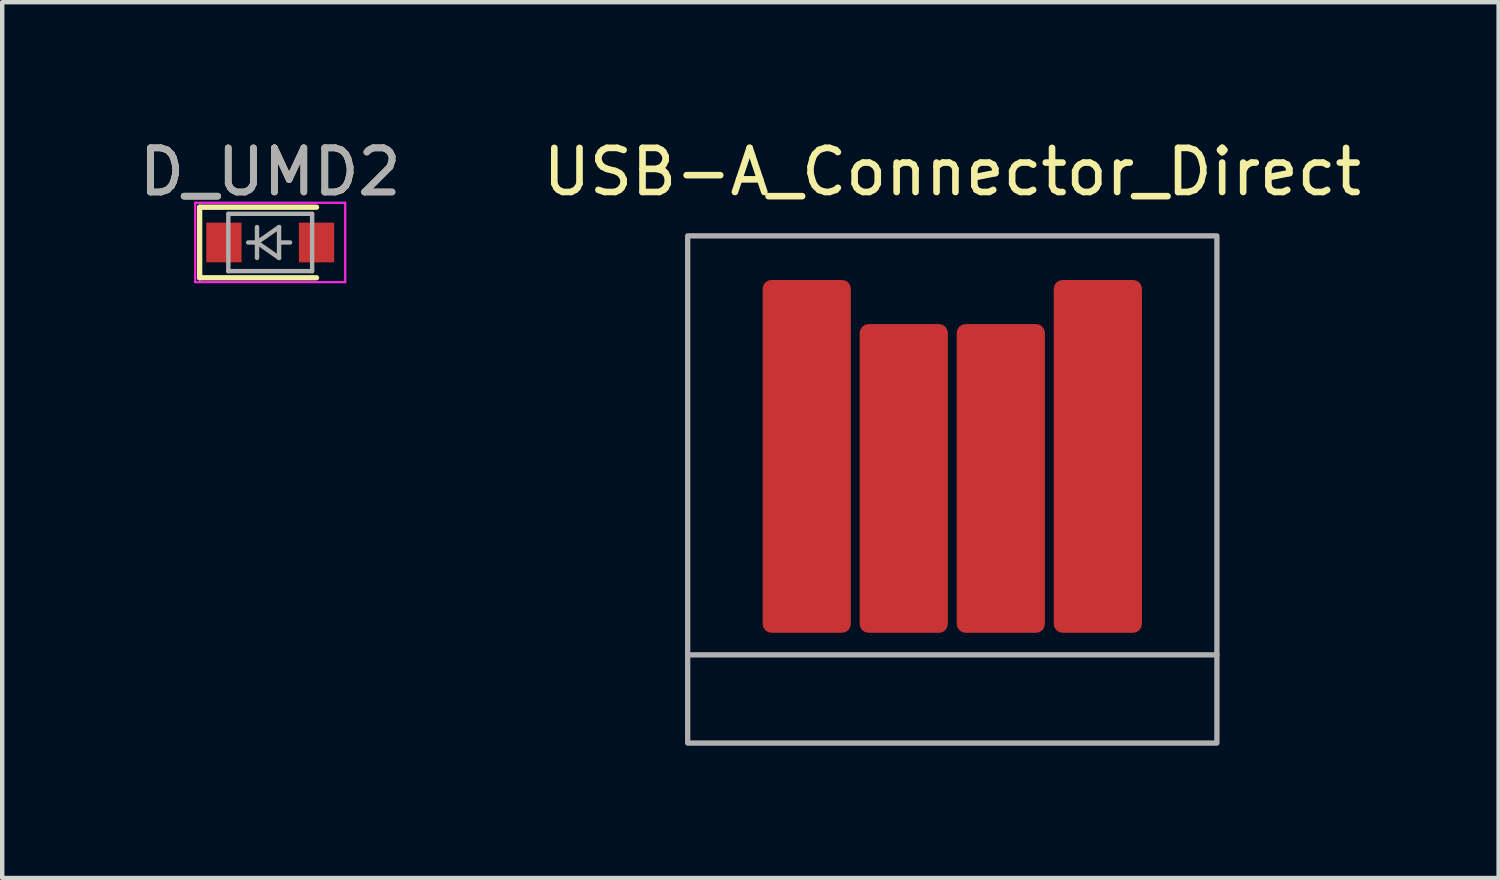
<source format=kicad_pcb>
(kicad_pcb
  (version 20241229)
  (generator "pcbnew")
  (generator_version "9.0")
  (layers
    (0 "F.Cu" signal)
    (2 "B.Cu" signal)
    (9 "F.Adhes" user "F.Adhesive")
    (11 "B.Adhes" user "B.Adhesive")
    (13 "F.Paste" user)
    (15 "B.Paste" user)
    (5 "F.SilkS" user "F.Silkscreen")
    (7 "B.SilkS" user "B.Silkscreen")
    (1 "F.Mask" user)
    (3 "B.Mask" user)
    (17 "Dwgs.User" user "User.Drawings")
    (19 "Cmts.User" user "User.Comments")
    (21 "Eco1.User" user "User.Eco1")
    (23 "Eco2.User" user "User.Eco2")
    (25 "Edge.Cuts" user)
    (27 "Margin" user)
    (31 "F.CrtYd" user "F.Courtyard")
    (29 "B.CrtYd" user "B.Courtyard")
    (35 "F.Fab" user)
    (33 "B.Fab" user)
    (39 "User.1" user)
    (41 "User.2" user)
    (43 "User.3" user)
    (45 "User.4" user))
  (footprint "USB-A_Connector_Direct"
    (layer "F.Cu")
    (at 18.542 7.798)
    (property "Reference" "USB-A_Connector_Direct" (at 0 -6.95 0) (layer "F.SilkS") (effects (font (size 1 1) (thickness 0.15))))
    (attr smd)
    (fp_line (start -6 4) (end 6 4) (stroke (width 0.12) (type default)) (layer "F.Fab"))
    (fp_rect (start 6 -5.5) (end -6 6) (stroke (width 0.12) (type default)) (fill no) (layer "F.Fab"))
    (pad "1" smd roundrect (at -3.3 -0.5) (size 2 8) (layers "F.Cu" "F.Mask" "F.Paste") (roundrect_rratio 0.1))
    (pad "2" smd roundrect (at -1.1 0) (size 2 7) (layers "F.Cu" "F.Mask" "F.Paste") (roundrect_rratio 0.1))
    (pad "3" smd roundrect (at 1.1 0) (size 2 7) (layers "F.Cu" "F.Mask" "F.Paste") (roundrect_rratio 0.1))
    (pad "4" smd roundrect (at 3.3 -0.5) (size 2 8) (layers "F.Cu" "F.Mask" "F.Paste") (roundrect_rratio 0.1)))
  (footprint "D_UMD2"
    (layer "F.Cu")
    (at 3.077 2.448)
    (property "Reference" "D_UMD2" (at 0 -1.6 0) (layer "F.SilkS") (effects (font (size 1 1) (thickness 0.15))))
    (attr smd)
    (fp_line (start -1.6 -0.8) (end 1.05 -0.8) (stroke (width 0.12) (type solid)) (layer "F.SilkS"))
    (fp_line (start -1.6 0.8) (end -1.6 -0.8) (stroke (width 0.12) (type solid)) (layer "F.SilkS"))
    (fp_line (start 1.05 0.8) (end -1.6 0.8) (stroke (width 0.12) (type solid)) (layer "F.SilkS"))
    (fp_line (start -1.7 -0.9) (end 1.7 -0.9) (stroke (width 0.05) (type solid)) (layer "F.CrtYd"))
    (fp_line (start -1.7 0.9) (end -1.7 -0.9) (stroke (width 0.05) (type solid)) (layer "F.CrtYd"))
    (fp_line (start 1.7 -0.9) (end 1.7 0.9) (stroke (width 0.05) (type solid)) (layer "F.CrtYd"))
    (fp_line (start 1.7 0.9) (end -1.7 0.9) (stroke (width 0.05) (type solid)) (layer "F.CrtYd"))
    (fp_line (start -0.95 -0.65) (end 0.95 -0.65) (stroke (width 0.1) (type solid)) (layer "F.Fab"))
    (fp_line (start -0.95 0.65) (end -0.95 -0.65) (stroke (width 0.1) (type solid)) (layer "F.Fab"))
    (fp_line (start -0.3 -0.35) (end -0.3 0.35) (stroke (width 0.1) (type solid)) (layer "F.Fab"))
    (fp_line (start -0.3 0) (end -0.5 0) (stroke (width 0.1) (type solid)) (layer "F.Fab"))
    (fp_line (start -0.3 0) (end 0.2 -0.35) (stroke (width 0.1) (type solid)) (layer "F.Fab"))
    (fp_line (start 0.2 -0.35) (end 0.2 0.35) (stroke (width 0.1) (type solid)) (layer "F.Fab"))
    (fp_line (start 0.2 0) (end 0.45 0) (stroke (width 0.1) (type solid)) (layer "F.Fab"))
    (fp_line (start 0.2 0.35) (end -0.3 0) (stroke (width 0.1) (type solid)) (layer "F.Fab"))
    (fp_line (start 0.95 -0.65) (end 0.95 0.65) (stroke (width 0.1) (type solid)) (layer "F.Fab"))
    (fp_line (start 0.95 0.65) (end -0.95 0.65) (stroke (width 0.1) (type solid)) (layer "F.Fab"))
    (fp_text user "${REFERENCE}" (at 0 -1.6 0) (layer "F.Fab") (effects (font (size 1 1) (thickness 0.15))))
    (pad "1" smd rect (at -1.05 0 180) (size 0.8 0.9) (layers "F.Cu" "F.Mask" "F.Paste"))
    (pad "2" smd rect (at 1.05 0 180) (size 0.8 0.9) (layers "F.Cu" "F.Mask" "F.Paste")))
  (gr_rect
    (start -3 -3)
    (end 30.929 16.858)
    (stroke (width 0.1) (type default))
    (fill no)
    (layer "Edge.Cuts")))
</source>
